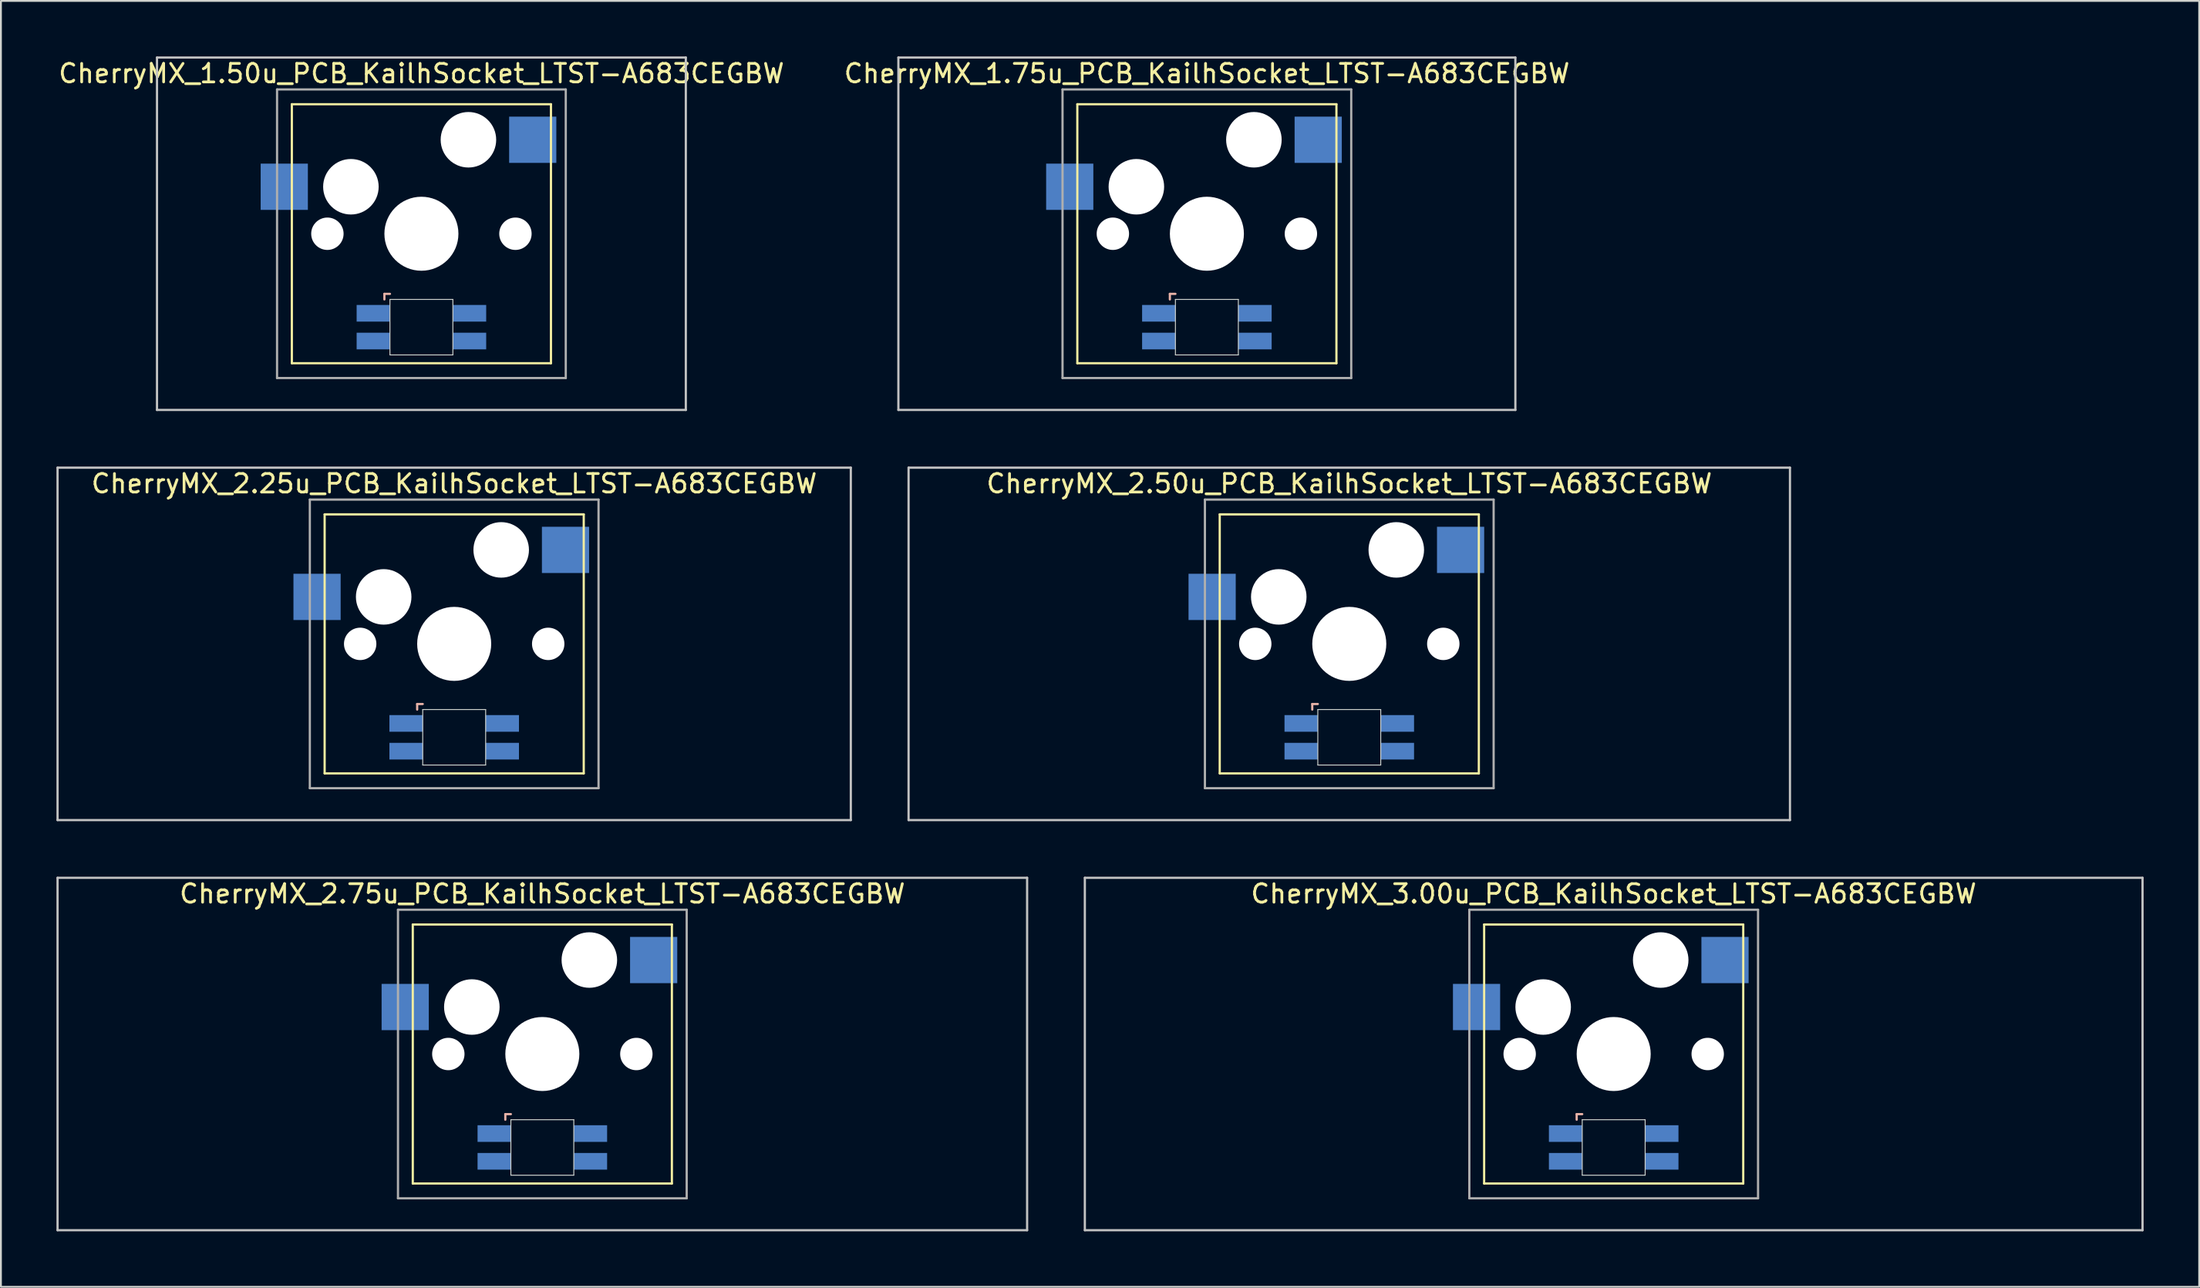
<source format=kicad_pcb>
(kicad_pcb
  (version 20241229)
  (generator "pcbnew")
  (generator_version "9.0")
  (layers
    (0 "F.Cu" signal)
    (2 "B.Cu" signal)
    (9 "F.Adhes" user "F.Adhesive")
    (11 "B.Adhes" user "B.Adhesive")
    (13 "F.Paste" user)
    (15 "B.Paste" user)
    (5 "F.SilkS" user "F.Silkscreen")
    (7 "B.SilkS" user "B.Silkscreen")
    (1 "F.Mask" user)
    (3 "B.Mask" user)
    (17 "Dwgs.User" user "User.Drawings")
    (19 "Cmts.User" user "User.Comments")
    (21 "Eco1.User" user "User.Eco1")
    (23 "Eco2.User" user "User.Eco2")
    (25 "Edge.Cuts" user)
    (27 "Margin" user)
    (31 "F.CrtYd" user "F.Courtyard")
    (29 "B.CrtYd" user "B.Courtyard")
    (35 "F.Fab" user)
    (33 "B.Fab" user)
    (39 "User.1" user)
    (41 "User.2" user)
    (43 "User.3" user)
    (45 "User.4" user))
  (footprint "CherryMX_1.50u_PCB_KailhSocket_LTST-A683CEGBW"
    (layer "F.Cu")
    (at 19.72 9.585)
    (property "Reference" "CherryMX_1.50u_PCB_KailhSocket_LTST-A683CEGBW" (at 0 -8.662 0) (layer "F.SilkS") (effects (font (size 1 1) (thickness 0.15))))
    (attr through_hole)
    (fp_line (start -7 -7) (end -7 7) (stroke (width 0.12) (type solid)) (layer "F.SilkS"))
    (fp_line (start -7 -7) (end 7 -7) (stroke (width 0.12) (type solid)) (layer "F.SilkS"))
    (fp_line (start 7 -7) (end 7 7) (stroke (width 0.12) (type solid)) (layer "F.SilkS"))
    (fp_line (start 7 7) (end -7 7) (stroke (width 0.12) (type solid)) (layer "F.SilkS"))
    (fp_line (start -2 3.25) (end -2 3.55) (stroke (width 0.12) (type solid)) (layer "B.SilkS"))
    (fp_line (start -1.7 3.25) (end -2 3.25) (stroke (width 0.12) (type solid)) (layer "B.SilkS"))
    (fp_line (start -14.287 -9.525) (end 14.287 -9.525) (stroke (width 0.12) (type solid)) (layer "Dwgs.User"))
    (fp_line (start -14.287 9.525) (end -14.287 -9.525) (stroke (width 0.12) (type solid)) (layer "Dwgs.User"))
    (fp_line (start 14.287 -9.525) (end 14.287 9.525) (stroke (width 0.12) (type solid)) (layer "Dwgs.User"))
    (fp_line (start 14.287 9.525) (end -14.287 9.525) (stroke (width 0.12) (type solid)) (layer "Dwgs.User"))
    (fp_line (start -1.7 3.55) (end 1.7 3.55) (stroke (width 0.05) (type solid)) (layer "Edge.Cuts"))
    (fp_line (start -1.7 6.55) (end -1.7 3.55) (stroke (width 0.05) (type solid)) (layer "Edge.Cuts"))
    (fp_line (start 1.7 3.55) (end 1.7 6.55) (stroke (width 0.05) (type solid)) (layer "Edge.Cuts"))
    (fp_line (start 1.7 6.55) (end -1.7 6.55) (stroke (width 0.05) (type solid)) (layer "Edge.Cuts"))
    (fp_line (start -7.8 -7.8) (end -7.8 7.8) (stroke (width 0.12) (type solid)) (layer "F.Fab"))
    (fp_line (start -7.8 -7.8) (end 7.8 -7.8) (stroke (width 0.12) (type solid)) (layer "F.Fab"))
    (fp_line (start -7.8 7.8) (end 7.8 7.8) (stroke (width 0.12) (type solid)) (layer "F.Fab"))
    (fp_line (start 7.8 -7.8) (end 7.8 7.8) (stroke (width 0.12) (type solid)) (layer "F.Fab"))
    (pad "" np_thru_hole circle (at -5.08 0) (size 1.75 1.75) (drill 1.75) (layers "*.Cu" "*.Mask"))
    (pad "" np_thru_hole circle (at -3.81 -2.54) (size 3 3) (drill 3) (layers "*.Cu" "*.Mask"))
    (pad "" np_thru_hole circle (at 0 0) (size 4 4) (drill 4) (layers "*.Cu" "*.Mask"))
    (pad "" np_thru_hole circle (at 2.54 -5.08) (size 3 3) (drill 3) (layers "*.Cu" "*.Mask"))
    (pad "" np_thru_hole circle (at 5.08 0) (size 1.75 1.75) (drill 1.75) (layers "*.Cu" "*.Mask"))
    (pad "1" smd rect (at -7.41 -2.54) (size 2.55 2.5) (layers "B.Cu" "B.Mask" "B.Paste"))
    (pad "2" smd rect (at 6.015 -5.08) (size 2.55 2.5) (layers "B.Cu" "B.Mask" "B.Paste"))
    (pad "3" smd rect (at -2.6 4.3) (size 1.8 0.9) (layers "B.Cu" "B.Mask" "B.Paste"))
    (pad "4" smd rect (at -2.6 5.8) (size 1.8 0.9) (layers "B.Cu" "B.Mask" "B.Paste"))
    (pad "5" smd rect (at 2.6 4.3) (size 1.8 0.9) (layers "B.Cu" "B.Mask" "B.Paste"))
    (pad "6" smd rect (at 2.6 5.8) (size 1.8 0.9) (layers "B.Cu" "B.Mask" "B.Paste")))
  (footprint "CherryMX_2.75u_PCB_KailhSocket_LTST-A683CEGBW"
    (layer "F.Cu")
    (at 26.254 53.925)
    (property "Reference" "CherryMX_2.75u_PCB_KailhSocket_LTST-A683CEGBW" (at 0 -8.662 0) (layer "F.SilkS") (effects (font (size 1 1) (thickness 0.15))))
    (attr through_hole)
    (fp_line (start -7 -7) (end -7 7) (stroke (width 0.12) (type solid)) (layer "F.SilkS"))
    (fp_line (start -7 -7) (end 7 -7) (stroke (width 0.12) (type solid)) (layer "F.SilkS"))
    (fp_line (start 7 -7) (end 7 7) (stroke (width 0.12) (type solid)) (layer "F.SilkS"))
    (fp_line (start 7 7) (end -7 7) (stroke (width 0.12) (type solid)) (layer "F.SilkS"))
    (fp_line (start -2 3.25) (end -2 3.55) (stroke (width 0.12) (type solid)) (layer "B.SilkS"))
    (fp_line (start -1.7 3.25) (end -2 3.25) (stroke (width 0.12) (type solid)) (layer "B.SilkS"))
    (fp_line (start -26.194 -9.525) (end 26.194 -9.525) (stroke (width 0.12) (type solid)) (layer "Dwgs.User"))
    (fp_line (start -26.194 9.525) (end -26.194 -9.525) (stroke (width 0.12) (type solid)) (layer "Dwgs.User"))
    (fp_line (start 26.194 -9.525) (end 26.194 9.525) (stroke (width 0.12) (type solid)) (layer "Dwgs.User"))
    (fp_line (start 26.194 9.525) (end -26.194 9.525) (stroke (width 0.12) (type solid)) (layer "Dwgs.User"))
    (fp_line (start -1.7 3.55) (end 1.7 3.55) (stroke (width 0.05) (type solid)) (layer "Edge.Cuts"))
    (fp_line (start -1.7 6.55) (end -1.7 3.55) (stroke (width 0.05) (type solid)) (layer "Edge.Cuts"))
    (fp_line (start 1.7 3.55) (end 1.7 6.55) (stroke (width 0.05) (type solid)) (layer "Edge.Cuts"))
    (fp_line (start 1.7 6.55) (end -1.7 6.55) (stroke (width 0.05) (type solid)) (layer "Edge.Cuts"))
    (fp_line (start -7.8 -7.8) (end -7.8 7.8) (stroke (width 0.12) (type solid)) (layer "F.Fab"))
    (fp_line (start -7.8 -7.8) (end 7.8 -7.8) (stroke (width 0.12) (type solid)) (layer "F.Fab"))
    (fp_line (start -7.8 7.8) (end 7.8 7.8) (stroke (width 0.12) (type solid)) (layer "F.Fab"))
    (fp_line (start 7.8 -7.8) (end 7.8 7.8) (stroke (width 0.12) (type solid)) (layer "F.Fab"))
    (pad "" np_thru_hole circle (at -5.08 0) (size 1.75 1.75) (drill 1.75) (layers "*.Cu" "*.Mask"))
    (pad "" np_thru_hole circle (at -3.81 -2.54) (size 3 3) (drill 3) (layers "*.Cu" "*.Mask"))
    (pad "" np_thru_hole circle (at 0 0) (size 4 4) (drill 4) (layers "*.Cu" "*.Mask"))
    (pad "" np_thru_hole circle (at 2.54 -5.08) (size 3 3) (drill 3) (layers "*.Cu" "*.Mask"))
    (pad "" np_thru_hole circle (at 5.08 0) (size 1.75 1.75) (drill 1.75) (layers "*.Cu" "*.Mask"))
    (pad "1" smd rect (at -7.41 -2.54) (size 2.55 2.5) (layers "B.Cu" "B.Mask" "B.Paste"))
    (pad "2" smd rect (at 6.015 -5.08) (size 2.55 2.5) (layers "B.Cu" "B.Mask" "B.Paste"))
    (pad "3" smd rect (at -2.6 4.3) (size 1.8 0.9) (layers "B.Cu" "B.Mask" "B.Paste"))
    (pad "4" smd rect (at -2.6 5.8) (size 1.8 0.9) (layers "B.Cu" "B.Mask" "B.Paste"))
    (pad "5" smd rect (at 2.6 4.3) (size 1.8 0.9) (layers "B.Cu" "B.Mask" "B.Paste"))
    (pad "6" smd rect (at 2.6 5.8) (size 1.8 0.9) (layers "B.Cu" "B.Mask" "B.Paste")))
  (footprint "CherryMX_3.00u_PCB_KailhSocket_LTST-A683CEGBW"
    (layer "F.Cu")
    (at 84.142 53.925)
    (property "Reference" "CherryMX_3.00u_PCB_KailhSocket_LTST-A683CEGBW" (at 0 -8.662 0) (layer "F.SilkS") (effects (font (size 1 1) (thickness 0.15))))
    (attr through_hole)
    (fp_line (start -7 -7) (end -7 7) (stroke (width 0.12) (type solid)) (layer "F.SilkS"))
    (fp_line (start -7 -7) (end 7 -7) (stroke (width 0.12) (type solid)) (layer "F.SilkS"))
    (fp_line (start 7 -7) (end 7 7) (stroke (width 0.12) (type solid)) (layer "F.SilkS"))
    (fp_line (start 7 7) (end -7 7) (stroke (width 0.12) (type solid)) (layer "F.SilkS"))
    (fp_line (start -2 3.25) (end -2 3.55) (stroke (width 0.12) (type solid)) (layer "B.SilkS"))
    (fp_line (start -1.7 3.25) (end -2 3.25) (stroke (width 0.12) (type solid)) (layer "B.SilkS"))
    (fp_line (start -28.575 -9.525) (end 28.575 -9.525) (stroke (width 0.12) (type solid)) (layer "Dwgs.User"))
    (fp_line (start -28.575 9.525) (end -28.575 -9.525) (stroke (width 0.12) (type solid)) (layer "Dwgs.User"))
    (fp_line (start 28.575 -9.525) (end 28.575 9.525) (stroke (width 0.12) (type solid)) (layer "Dwgs.User"))
    (fp_line (start 28.575 9.525) (end -28.575 9.525) (stroke (width 0.12) (type solid)) (layer "Dwgs.User"))
    (fp_line (start -1.7 3.55) (end 1.7 3.55) (stroke (width 0.05) (type solid)) (layer "Edge.Cuts"))
    (fp_line (start -1.7 6.55) (end -1.7 3.55) (stroke (width 0.05) (type solid)) (layer "Edge.Cuts"))
    (fp_line (start 1.7 3.55) (end 1.7 6.55) (stroke (width 0.05) (type solid)) (layer "Edge.Cuts"))
    (fp_line (start 1.7 6.55) (end -1.7 6.55) (stroke (width 0.05) (type solid)) (layer "Edge.Cuts"))
    (fp_line (start -7.8 -7.8) (end -7.8 7.8) (stroke (width 0.12) (type solid)) (layer "F.Fab"))
    (fp_line (start -7.8 -7.8) (end 7.8 -7.8) (stroke (width 0.12) (type solid)) (layer "F.Fab"))
    (fp_line (start -7.8 7.8) (end 7.8 7.8) (stroke (width 0.12) (type solid)) (layer "F.Fab"))
    (fp_line (start 7.8 -7.8) (end 7.8 7.8) (stroke (width 0.12) (type solid)) (layer "F.Fab"))
    (pad "" np_thru_hole circle (at -5.08 0) (size 1.75 1.75) (drill 1.75) (layers "*.Cu" "*.Mask"))
    (pad "" np_thru_hole circle (at -3.81 -2.54) (size 3 3) (drill 3) (layers "*.Cu" "*.Mask"))
    (pad "" np_thru_hole circle (at 0 0) (size 4 4) (drill 4) (layers "*.Cu" "*.Mask"))
    (pad "" np_thru_hole circle (at 2.54 -5.08) (size 3 3) (drill 3) (layers "*.Cu" "*.Mask"))
    (pad "" np_thru_hole circle (at 5.08 0) (size 1.75 1.75) (drill 1.75) (layers "*.Cu" "*.Mask"))
    (pad "1" smd rect (at -7.41 -2.54) (size 2.55 2.5) (layers "B.Cu" "B.Mask" "B.Paste"))
    (pad "2" smd rect (at 6.015 -5.08) (size 2.55 2.5) (layers "B.Cu" "B.Mask" "B.Paste"))
    (pad "3" smd rect (at -2.6 4.3) (size 1.8 0.9) (layers "B.Cu" "B.Mask" "B.Paste"))
    (pad "4" smd rect (at -2.6 5.8) (size 1.8 0.9) (layers "B.Cu" "B.Mask" "B.Paste"))
    (pad "5" smd rect (at 2.6 4.3) (size 1.8 0.9) (layers "B.Cu" "B.Mask" "B.Paste"))
    (pad "6" smd rect (at 2.6 5.8) (size 1.8 0.9) (layers "B.Cu" "B.Mask" "B.Paste")))
  (footprint "CherryMX_2.50u_PCB_KailhSocket_LTST-A683CEGBW"
    (layer "F.Cu")
    (at 69.855 31.755)
    (property "Reference" "CherryMX_2.50u_PCB_KailhSocket_LTST-A683CEGBW" (at 0 -8.662 0) (layer "F.SilkS") (effects (font (size 1 1) (thickness 0.15))))
    (attr through_hole)
    (fp_line (start -7 -7) (end -7 7) (stroke (width 0.12) (type solid)) (layer "F.SilkS"))
    (fp_line (start -7 -7) (end 7 -7) (stroke (width 0.12) (type solid)) (layer "F.SilkS"))
    (fp_line (start 7 -7) (end 7 7) (stroke (width 0.12) (type solid)) (layer "F.SilkS"))
    (fp_line (start 7 7) (end -7 7) (stroke (width 0.12) (type solid)) (layer "F.SilkS"))
    (fp_line (start -2 3.25) (end -2 3.55) (stroke (width 0.12) (type solid)) (layer "B.SilkS"))
    (fp_line (start -1.7 3.25) (end -2 3.25) (stroke (width 0.12) (type solid)) (layer "B.SilkS"))
    (fp_line (start -23.812 -9.525) (end 23.812 -9.525) (stroke (width 0.12) (type solid)) (layer "Dwgs.User"))
    (fp_line (start -23.812 9.525) (end -23.812 -9.525) (stroke (width 0.12) (type solid)) (layer "Dwgs.User"))
    (fp_line (start 23.812 -9.525) (end 23.812 9.525) (stroke (width 0.12) (type solid)) (layer "Dwgs.User"))
    (fp_line (start 23.812 9.525) (end -23.812 9.525) (stroke (width 0.12) (type solid)) (layer "Dwgs.User"))
    (fp_line (start -1.7 3.55) (end 1.7 3.55) (stroke (width 0.05) (type solid)) (layer "Edge.Cuts"))
    (fp_line (start -1.7 6.55) (end -1.7 3.55) (stroke (width 0.05) (type solid)) (layer "Edge.Cuts"))
    (fp_line (start 1.7 3.55) (end 1.7 6.55) (stroke (width 0.05) (type solid)) (layer "Edge.Cuts"))
    (fp_line (start 1.7 6.55) (end -1.7 6.55) (stroke (width 0.05) (type solid)) (layer "Edge.Cuts"))
    (fp_line (start -7.8 -7.8) (end -7.8 7.8) (stroke (width 0.12) (type solid)) (layer "F.Fab"))
    (fp_line (start -7.8 -7.8) (end 7.8 -7.8) (stroke (width 0.12) (type solid)) (layer "F.Fab"))
    (fp_line (start -7.8 7.8) (end 7.8 7.8) (stroke (width 0.12) (type solid)) (layer "F.Fab"))
    (fp_line (start 7.8 -7.8) (end 7.8 7.8) (stroke (width 0.12) (type solid)) (layer "F.Fab"))
    (pad "" np_thru_hole circle (at -5.08 0) (size 1.75 1.75) (drill 1.75) (layers "*.Cu" "*.Mask"))
    (pad "" np_thru_hole circle (at -3.81 -2.54) (size 3 3) (drill 3) (layers "*.Cu" "*.Mask"))
    (pad "" np_thru_hole circle (at 0 0) (size 4 4) (drill 4) (layers "*.Cu" "*.Mask"))
    (pad "" np_thru_hole circle (at 2.54 -5.08) (size 3 3) (drill 3) (layers "*.Cu" "*.Mask"))
    (pad "" np_thru_hole circle (at 5.08 0) (size 1.75 1.75) (drill 1.75) (layers "*.Cu" "*.Mask"))
    (pad "1" smd rect (at -7.41 -2.54) (size 2.55 2.5) (layers "B.Cu" "B.Mask" "B.Paste"))
    (pad "2" smd rect (at 6.015 -5.08) (size 2.55 2.5) (layers "B.Cu" "B.Mask" "B.Paste"))
    (pad "3" smd rect (at -2.6 4.3) (size 1.8 0.9) (layers "B.Cu" "B.Mask" "B.Paste"))
    (pad "4" smd rect (at -2.6 5.8) (size 1.8 0.9) (layers "B.Cu" "B.Mask" "B.Paste"))
    (pad "5" smd rect (at 2.6 4.3) (size 1.8 0.9) (layers "B.Cu" "B.Mask" "B.Paste"))
    (pad "6" smd rect (at 2.6 5.8) (size 1.8 0.9) (layers "B.Cu" "B.Mask" "B.Paste")))
  (footprint "CherryMX_1.75u_PCB_KailhSocket_LTST-A683CEGBW"
    (layer "F.Cu")
    (at 62.161 9.585)
    (property "Reference" "CherryMX_1.75u_PCB_KailhSocket_LTST-A683CEGBW" (at 0 -8.662 0) (layer "F.SilkS") (effects (font (size 1 1) (thickness 0.15))))
    (attr through_hole)
    (fp_line (start -7 -7) (end -7 7) (stroke (width 0.12) (type solid)) (layer "F.SilkS"))
    (fp_line (start -7 -7) (end 7 -7) (stroke (width 0.12) (type solid)) (layer "F.SilkS"))
    (fp_line (start 7 -7) (end 7 7) (stroke (width 0.12) (type solid)) (layer "F.SilkS"))
    (fp_line (start 7 7) (end -7 7) (stroke (width 0.12) (type solid)) (layer "F.SilkS"))
    (fp_line (start -2 3.25) (end -2 3.55) (stroke (width 0.12) (type solid)) (layer "B.SilkS"))
    (fp_line (start -1.7 3.25) (end -2 3.25) (stroke (width 0.12) (type solid)) (layer "B.SilkS"))
    (fp_line (start -16.669 -9.525) (end 16.669 -9.525) (stroke (width 0.12) (type solid)) (layer "Dwgs.User"))
    (fp_line (start -16.669 9.525) (end -16.669 -9.525) (stroke (width 0.12) (type solid)) (layer "Dwgs.User"))
    (fp_line (start 16.669 -9.525) (end 16.669 9.525) (stroke (width 0.12) (type solid)) (layer "Dwgs.User"))
    (fp_line (start 16.669 9.525) (end -16.669 9.525) (stroke (width 0.12) (type solid)) (layer "Dwgs.User"))
    (fp_line (start -1.7 3.55) (end 1.7 3.55) (stroke (width 0.05) (type solid)) (layer "Edge.Cuts"))
    (fp_line (start -1.7 6.55) (end -1.7 3.55) (stroke (width 0.05) (type solid)) (layer "Edge.Cuts"))
    (fp_line (start 1.7 3.55) (end 1.7 6.55) (stroke (width 0.05) (type solid)) (layer "Edge.Cuts"))
    (fp_line (start 1.7 6.55) (end -1.7 6.55) (stroke (width 0.05) (type solid)) (layer "Edge.Cuts"))
    (fp_line (start -7.8 -7.8) (end -7.8 7.8) (stroke (width 0.12) (type solid)) (layer "F.Fab"))
    (fp_line (start -7.8 -7.8) (end 7.8 -7.8) (stroke (width 0.12) (type solid)) (layer "F.Fab"))
    (fp_line (start -7.8 7.8) (end 7.8 7.8) (stroke (width 0.12) (type solid)) (layer "F.Fab"))
    (fp_line (start 7.8 -7.8) (end 7.8 7.8) (stroke (width 0.12) (type solid)) (layer "F.Fab"))
    (pad "" np_thru_hole circle (at -5.08 0) (size 1.75 1.75) (drill 1.75) (layers "*.Cu" "*.Mask"))
    (pad "" np_thru_hole circle (at -3.81 -2.54) (size 3 3) (drill 3) (layers "*.Cu" "*.Mask"))
    (pad "" np_thru_hole circle (at 0 0) (size 4 4) (drill 4) (layers "*.Cu" "*.Mask"))
    (pad "" np_thru_hole circle (at 2.54 -5.08) (size 3 3) (drill 3) (layers "*.Cu" "*.Mask"))
    (pad "" np_thru_hole circle (at 5.08 0) (size 1.75 1.75) (drill 1.75) (layers "*.Cu" "*.Mask"))
    (pad "1" smd rect (at -7.41 -2.54) (size 2.55 2.5) (layers "B.Cu" "B.Mask" "B.Paste"))
    (pad "2" smd rect (at 6.015 -5.08) (size 2.55 2.5) (layers "B.Cu" "B.Mask" "B.Paste"))
    (pad "3" smd rect (at -2.6 4.3) (size 1.8 0.9) (layers "B.Cu" "B.Mask" "B.Paste"))
    (pad "4" smd rect (at -2.6 5.8) (size 1.8 0.9) (layers "B.Cu" "B.Mask" "B.Paste"))
    (pad "5" smd rect (at 2.6 4.3) (size 1.8 0.9) (layers "B.Cu" "B.Mask" "B.Paste"))
    (pad "6" smd rect (at 2.6 5.8) (size 1.8 0.9) (layers "B.Cu" "B.Mask" "B.Paste")))
  (footprint "CherryMX_2.25u_PCB_KailhSocket_LTST-A683CEGBW"
    (layer "F.Cu")
    (at 21.491 31.755)
    (property "Reference" "CherryMX_2.25u_PCB_KailhSocket_LTST-A683CEGBW" (at 0 -8.662 0) (layer "F.SilkS") (effects (font (size 1 1) (thickness 0.15))))
    (attr through_hole)
    (fp_line (start -7 -7) (end -7 7) (stroke (width 0.12) (type solid)) (layer "F.SilkS"))
    (fp_line (start -7 -7) (end 7 -7) (stroke (width 0.12) (type solid)) (layer "F.SilkS"))
    (fp_line (start 7 -7) (end 7 7) (stroke (width 0.12) (type solid)) (layer "F.SilkS"))
    (fp_line (start 7 7) (end -7 7) (stroke (width 0.12) (type solid)) (layer "F.SilkS"))
    (fp_line (start -2 3.25) (end -2 3.55) (stroke (width 0.12) (type solid)) (layer "B.SilkS"))
    (fp_line (start -1.7 3.25) (end -2 3.25) (stroke (width 0.12) (type solid)) (layer "B.SilkS"))
    (fp_line (start -21.431 -9.525) (end 21.431 -9.525) (stroke (width 0.12) (type solid)) (layer "Dwgs.User"))
    (fp_line (start -21.431 9.525) (end -21.431 -9.525) (stroke (width 0.12) (type solid)) (layer "Dwgs.User"))
    (fp_line (start 21.431 -9.525) (end 21.431 9.525) (stroke (width 0.12) (type solid)) (layer "Dwgs.User"))
    (fp_line (start 21.431 9.525) (end -21.431 9.525) (stroke (width 0.12) (type solid)) (layer "Dwgs.User"))
    (fp_line (start -1.7 3.55) (end 1.7 3.55) (stroke (width 0.05) (type solid)) (layer "Edge.Cuts"))
    (fp_line (start -1.7 6.55) (end -1.7 3.55) (stroke (width 0.05) (type solid)) (layer "Edge.Cuts"))
    (fp_line (start 1.7 3.55) (end 1.7 6.55) (stroke (width 0.05) (type solid)) (layer "Edge.Cuts"))
    (fp_line (start 1.7 6.55) (end -1.7 6.55) (stroke (width 0.05) (type solid)) (layer "Edge.Cuts"))
    (fp_line (start -7.8 -7.8) (end -7.8 7.8) (stroke (width 0.12) (type solid)) (layer "F.Fab"))
    (fp_line (start -7.8 -7.8) (end 7.8 -7.8) (stroke (width 0.12) (type solid)) (layer "F.Fab"))
    (fp_line (start -7.8 7.8) (end 7.8 7.8) (stroke (width 0.12) (type solid)) (layer "F.Fab"))
    (fp_line (start 7.8 -7.8) (end 7.8 7.8) (stroke (width 0.12) (type solid)) (layer "F.Fab"))
    (pad "" np_thru_hole circle (at -5.08 0) (size 1.75 1.75) (drill 1.75) (layers "*.Cu" "*.Mask"))
    (pad "" np_thru_hole circle (at -3.81 -2.54) (size 3 3) (drill 3) (layers "*.Cu" "*.Mask"))
    (pad "" np_thru_hole circle (at 0 0) (size 4 4) (drill 4) (layers "*.Cu" "*.Mask"))
    (pad "" np_thru_hole circle (at 2.54 -5.08) (size 3 3) (drill 3) (layers "*.Cu" "*.Mask"))
    (pad "" np_thru_hole circle (at 5.08 0) (size 1.75 1.75) (drill 1.75) (layers "*.Cu" "*.Mask"))
    (pad "1" smd rect (at -7.41 -2.54) (size 2.55 2.5) (layers "B.Cu" "B.Mask" "B.Paste"))
    (pad "2" smd rect (at 6.015 -5.08) (size 2.55 2.5) (layers "B.Cu" "B.Mask" "B.Paste"))
    (pad "3" smd rect (at -2.6 4.3) (size 1.8 0.9) (layers "B.Cu" "B.Mask" "B.Paste"))
    (pad "4" smd rect (at -2.6 5.8) (size 1.8 0.9) (layers "B.Cu" "B.Mask" "B.Paste"))
    (pad "5" smd rect (at 2.6 4.3) (size 1.8 0.9) (layers "B.Cu" "B.Mask" "B.Paste"))
    (pad "6" smd rect (at 2.6 5.8) (size 1.8 0.9) (layers "B.Cu" "B.Mask" "B.Paste")))
  (gr_rect
    (start -3 -3)
    (end 115.778 66.51)
    (stroke (width 0.1) (type default))
    (fill no)
    (layer "Edge.Cuts")))
</source>
